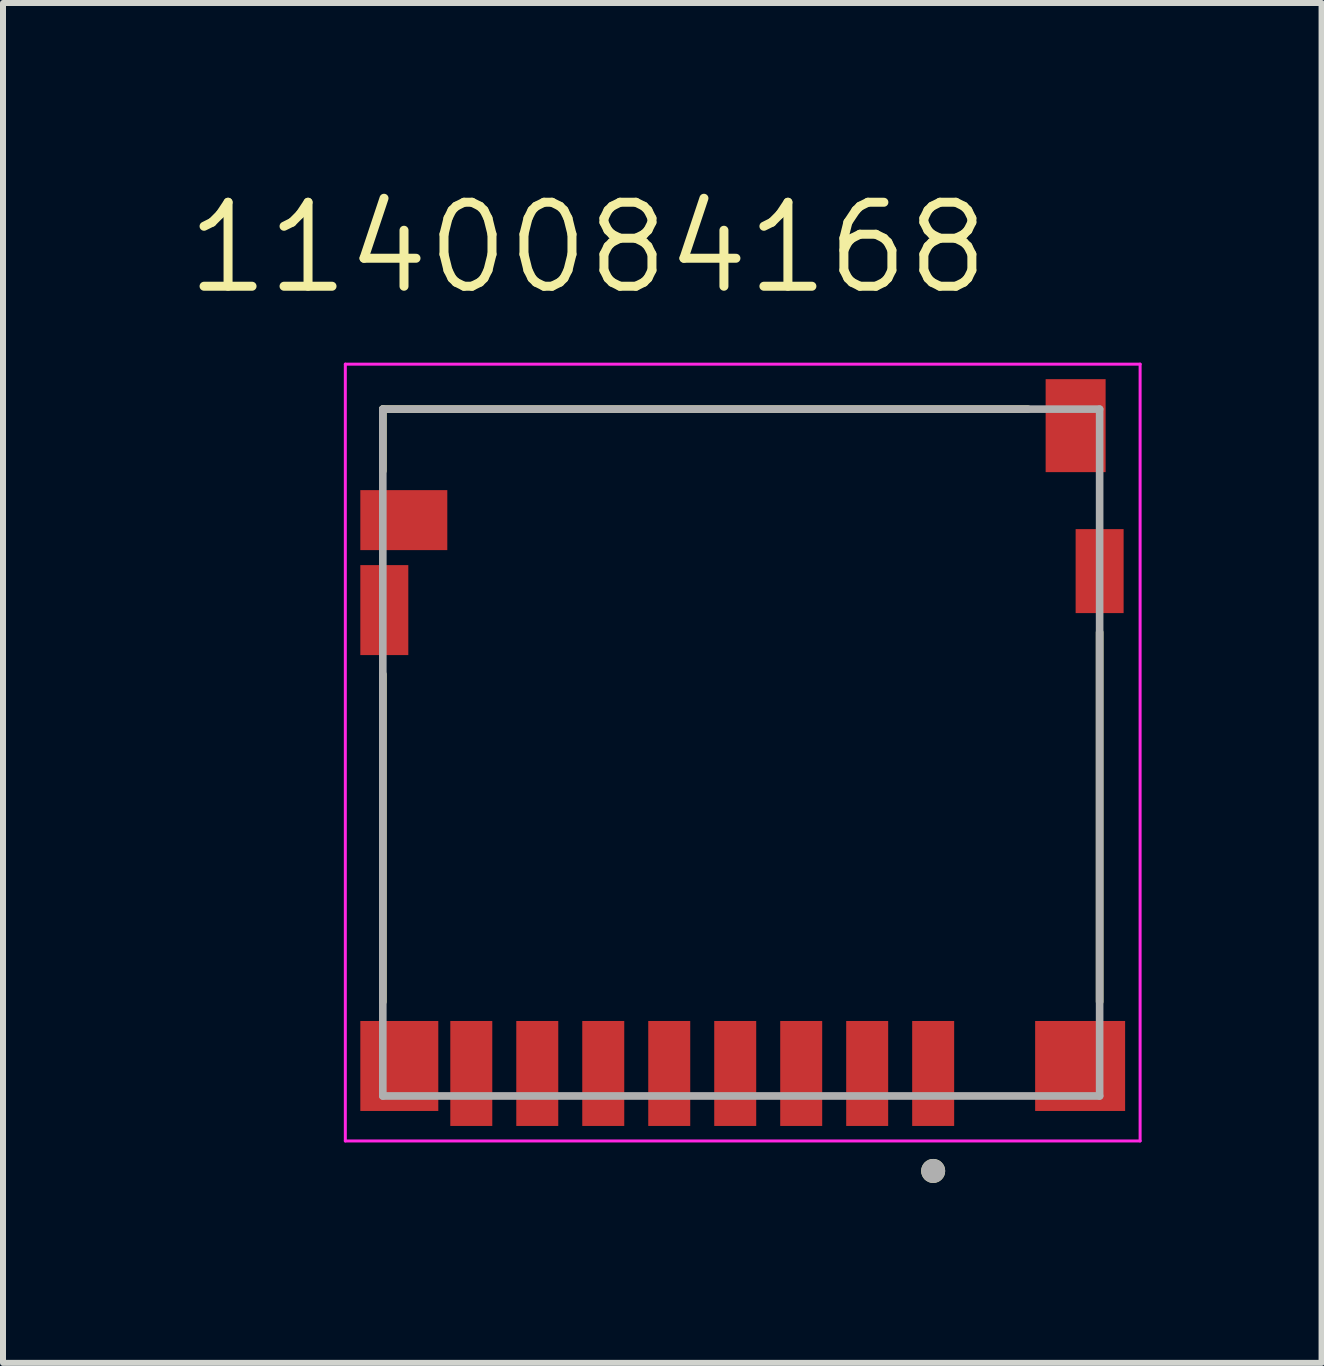
<source format=kicad_pcb>
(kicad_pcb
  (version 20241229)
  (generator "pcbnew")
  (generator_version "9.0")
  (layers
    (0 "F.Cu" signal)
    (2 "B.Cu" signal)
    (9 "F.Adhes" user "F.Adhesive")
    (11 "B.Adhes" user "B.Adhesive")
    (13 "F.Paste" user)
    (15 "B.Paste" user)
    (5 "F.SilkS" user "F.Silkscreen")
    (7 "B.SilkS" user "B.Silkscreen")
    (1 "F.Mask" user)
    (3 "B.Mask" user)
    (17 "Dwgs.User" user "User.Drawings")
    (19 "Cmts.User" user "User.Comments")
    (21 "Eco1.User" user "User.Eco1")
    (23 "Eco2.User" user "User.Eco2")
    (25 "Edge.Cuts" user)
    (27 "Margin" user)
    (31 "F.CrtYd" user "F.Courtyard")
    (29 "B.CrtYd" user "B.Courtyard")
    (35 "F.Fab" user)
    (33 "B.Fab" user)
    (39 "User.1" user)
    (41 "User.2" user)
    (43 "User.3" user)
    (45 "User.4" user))
  (footprint "1140084168"
    (layer "F.Cu")
    (at 9.307 13.971)
    (property "Reference" "1140084168" (at -2.555 -12.889 0) (layer "F.SilkS") (effects (font (size 1.4 1.4) (thickness 0.15))))
    (attr smd)
    (fp_line (start -5.975 -10.2) (end -5.975 -9.17) (stroke (width 0.127) (type solid)) (layer "F.SilkS"))
    (fp_line (start -5.975 -5.78) (end -5.975 -0.32) (stroke (width 0.127) (type solid)) (layer "F.SilkS"))
    (fp_line (start 4.78 -10.2) (end -5.975 -10.2) (stroke (width 0.127) (type solid)) (layer "F.SilkS"))
    (fp_line (start 5.975 -0.32) (end 5.975 -6.48) (stroke (width 0.127) (type solid)) (layer "F.SilkS"))
    (fp_circle (center 3.2 2.5) (end 3.3 2.5) (stroke (width 0.2) (type solid)) (fill no) (layer "F.SilkS"))
    (fp_line (start -6.6 -10.95) (end -6.6 2) (stroke (width 0.05) (type solid)) (layer "F.CrtYd"))
    (fp_line (start -6.6 2) (end 6.65 2) (stroke (width 0.05) (type solid)) (layer "F.CrtYd"))
    (fp_line (start 6.65 -10.95) (end -6.6 -10.95) (stroke (width 0.05) (type solid)) (layer "F.CrtYd"))
    (fp_line (start 6.65 2) (end 6.65 -10.95) (stroke (width 0.05) (type solid)) (layer "F.CrtYd"))
    (fp_line (start -5.975 -10.2) (end -5.975 1.25) (stroke (width 0.127) (type solid)) (layer "F.Fab"))
    (fp_line (start -5.975 1.25) (end 5.975 1.25) (stroke (width 0.127) (type solid)) (layer "F.Fab"))
    (fp_line (start 5.975 -10.2) (end -5.975 -10.2) (stroke (width 0.127) (type solid)) (layer "F.Fab"))
    (fp_line (start 5.975 1.25) (end 5.975 -10.2) (stroke (width 0.127) (type solid)) (layer "F.Fab"))
    (fp_circle (center 3.2 2.5) (end 3.3 2.5) (stroke (width 0.2) (type solid)) (fill no) (layer "F.Fab"))
    (pad "1" smd rect (at 3.2 0.875) (size 0.7 1.75) (layers "F.Cu" "F.Mask" "F.Paste"))
    (pad "2" smd rect (at 2.1 0.875) (size 0.7 1.75) (layers "F.Cu" "F.Mask" "F.Paste"))
    (pad "3" smd rect (at 1 0.875) (size 0.7 1.75) (layers "F.Cu" "F.Mask" "F.Paste"))
    (pad "4" smd rect (at -0.1 0.875) (size 0.7 1.75) (layers "F.Cu" "F.Mask" "F.Paste"))
    (pad "5" smd rect (at -1.2 0.875) (size 0.7 1.75) (layers "F.Cu" "F.Mask" "F.Paste"))
    (pad "6" smd rect (at -2.3 0.875) (size 0.7 1.75) (layers "F.Cu" "F.Mask" "F.Paste"))
    (pad "7" smd rect (at -3.4 0.875) (size 0.7 1.75) (layers "F.Cu" "F.Mask" "F.Paste"))
    (pad "8" smd rect (at -4.5 0.875) (size 0.7 1.75) (layers "F.Cu" "F.Mask" "F.Paste"))
    (pad "9" smd rect (at -5.95 -6.85) (size 0.8 1.5) (layers "F.Cu" "F.Mask" "F.Paste"))
    (pad "9" smd rect (at -5.7 0.75) (size 1.3 1.5) (layers "F.Cu" "F.Mask" "F.Paste"))
    (pad "9" smd rect (at -5.625 -8.35) (size 1.45 1) (layers "F.Cu" "F.Mask" "F.Paste"))
    (pad "9" smd rect (at 5.575 -9.925) (size 1 1.55) (layers "F.Cu" "F.Mask" "F.Paste"))
    (pad "9" smd rect (at 5.65 0.75) (size 1.5 1.5) (layers "F.Cu" "F.Mask" "F.Paste"))
    (pad "9" smd rect (at 5.975 -7.5) (size 0.8 1.4) (layers "F.Cu" "F.Mask" "F.Paste"))
    (zone (net_name "") (layers "F.Cu" "B.Cu") (hatch full 0.508) (connect_pads) (min_thickness 0.01) (filled_areas_thickness no) (keepout (tracks allowed) (vias not_allowed) (pads allowed) (copperpour allowed) (footprints allowed)) (placement (enabled no)) (fill) (polygon (pts (xy 4.407 7.971) (xy 12.907 7.971) (xy 12.907 9.971) (xy 4.407 9.971))))
    (zone (net_name "") (layers "F.Cu" "B.Cu") (hatch full 0.508) (connect_pads) (min_thickness 0.01) (filled_areas_thickness no) (keepout (tracks allowed) (vias not_allowed) (pads allowed) (copperpour allowed) (footprints allowed)) (placement (enabled no)) (fill) (polygon (pts (xy 7.357 3.771) (xy 9.857 3.771) (xy 9.857 5.771) (xy 7.357 5.771)))))
  (gr_rect
    (start -3 -3)
    (end 18.982 19.671)
    (stroke (width 0.1) (type default))
    (fill no)
    (layer "Edge.Cuts")))
</source>
